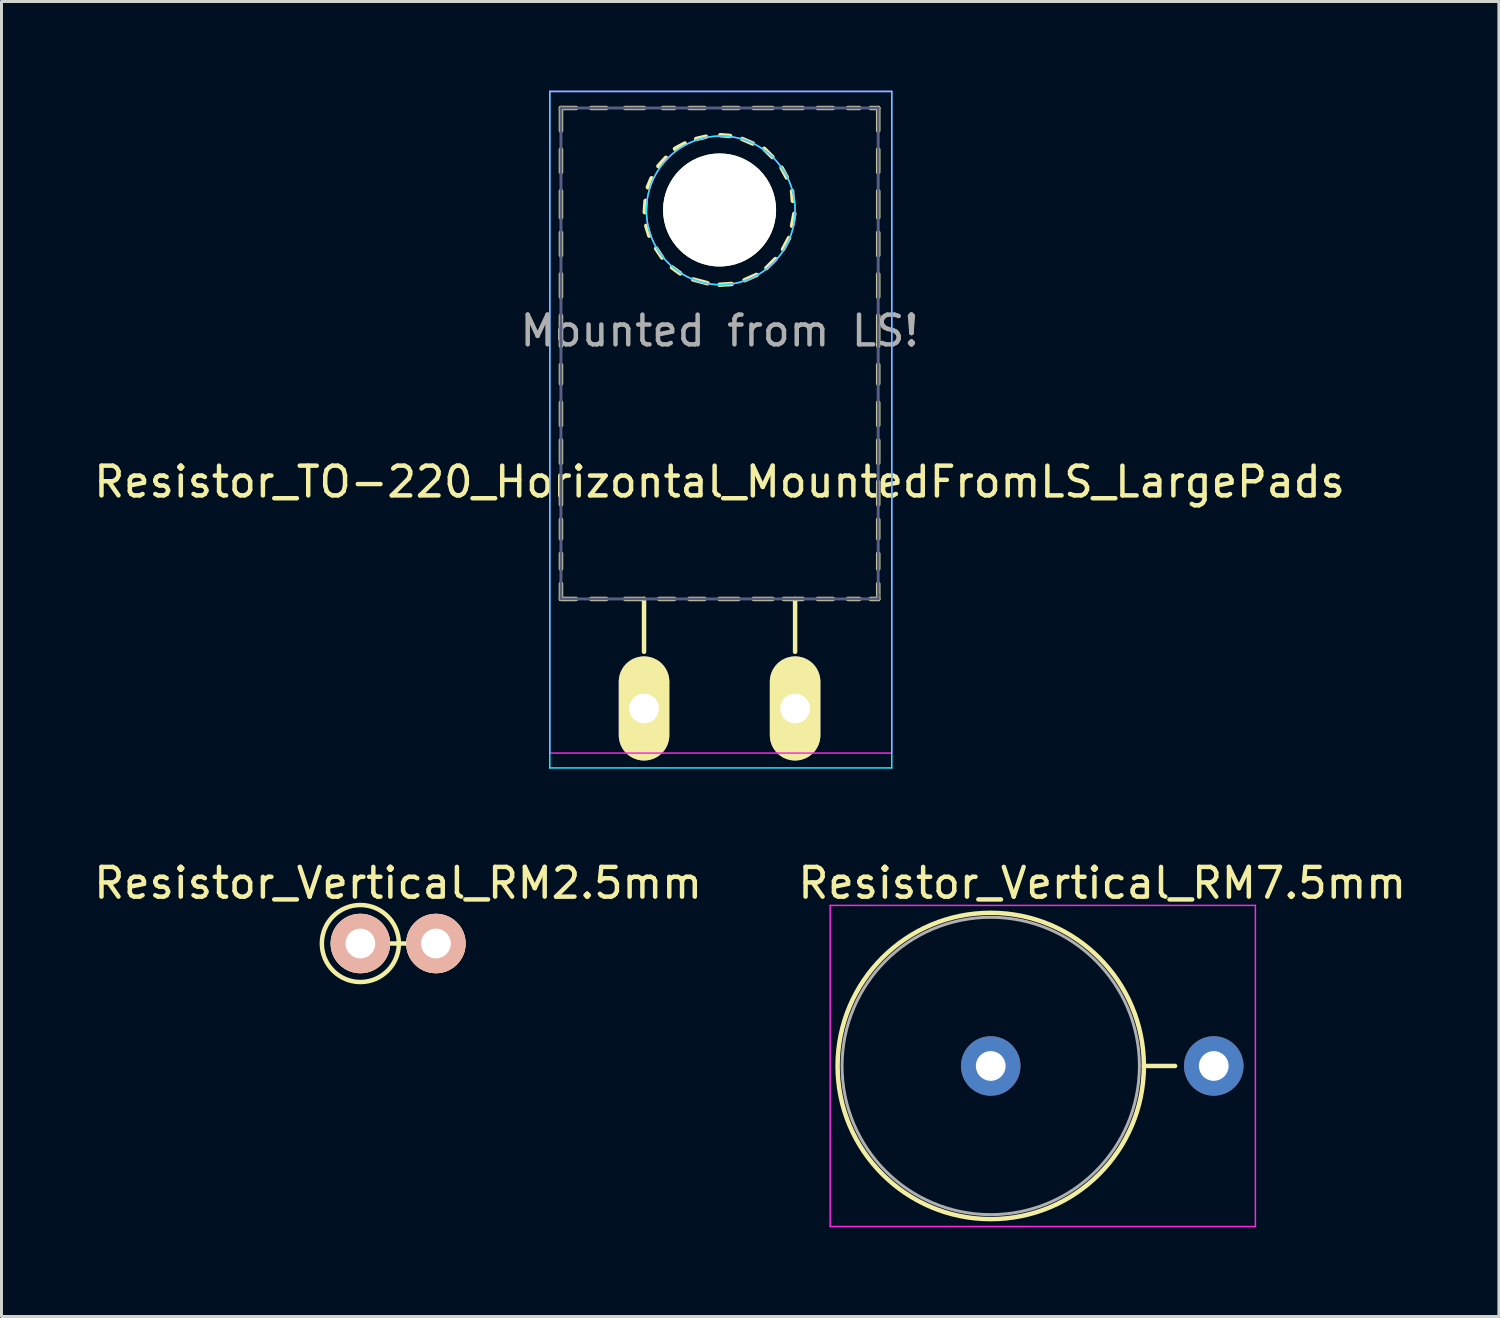
<source format=kicad_pcb>
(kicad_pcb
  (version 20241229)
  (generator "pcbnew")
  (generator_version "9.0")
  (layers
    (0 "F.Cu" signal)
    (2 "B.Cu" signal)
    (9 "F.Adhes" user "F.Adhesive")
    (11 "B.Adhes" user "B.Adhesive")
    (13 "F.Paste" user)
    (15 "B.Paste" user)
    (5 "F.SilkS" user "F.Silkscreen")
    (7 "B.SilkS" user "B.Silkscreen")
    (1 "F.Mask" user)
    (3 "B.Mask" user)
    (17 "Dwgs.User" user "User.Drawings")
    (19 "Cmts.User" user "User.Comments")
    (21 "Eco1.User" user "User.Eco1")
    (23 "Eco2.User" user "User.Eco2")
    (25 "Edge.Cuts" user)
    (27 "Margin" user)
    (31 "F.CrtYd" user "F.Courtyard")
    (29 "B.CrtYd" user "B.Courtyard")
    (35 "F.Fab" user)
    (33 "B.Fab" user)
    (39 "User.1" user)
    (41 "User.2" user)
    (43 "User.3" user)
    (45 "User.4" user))
  (footprint "Resistor_TO-220_Horizontal_MountedFromLS_LargePads"
    (layer "F.Cu")
    (at 23.689 20.775)
    (property "Reference" "Resistor_TO-220_Horizontal_MountedFromLS_LargePads" (at -2.54 -7.62 0) (layer "F.SilkS") (effects (font (size 1 1) (thickness 0.15))))
    (attr through_hole)
    (fp_line (start -7.874 -20.193) (end -7.874 -19.431) (stroke (width 0.15) (type solid)) (layer "F.SilkS"))
    (fp_line (start -7.874 -20.193) (end -7.366 -20.193) (stroke (width 0.15) (type solid)) (layer "F.SilkS"))
    (fp_line (start -7.874 -18.796) (end -7.874 -18.034) (stroke (width 0.15) (type solid)) (layer "F.SilkS"))
    (fp_line (start -7.874 -17.399) (end -7.874 -16.51) (stroke (width 0.15) (type solid)) (layer "F.SilkS"))
    (fp_line (start -7.874 -16.002) (end -7.874 -15.24) (stroke (width 0.15) (type solid)) (layer "F.SilkS"))
    (fp_line (start -7.874 -14.605) (end -7.874 -13.843) (stroke (width 0.15) (type solid)) (layer "F.SilkS"))
    (fp_line (start -7.874 -13.208) (end -7.874 -12.192) (stroke (width 0.15) (type solid)) (layer "F.SilkS"))
    (fp_line (start -7.874 -11.557) (end -7.874 -10.922) (stroke (width 0.15) (type solid)) (layer "F.SilkS"))
    (fp_line (start -7.874 -10.287) (end -7.874 -9.525) (stroke (width 0.15) (type solid)) (layer "F.SilkS"))
    (fp_line (start -7.874 -9.017) (end -7.874 -8.255) (stroke (width 0.15) (type solid)) (layer "F.SilkS"))
    (fp_line (start -7.874 -7.62) (end -7.874 -6.858) (stroke (width 0.15) (type solid)) (layer "F.SilkS"))
    (fp_line (start -7.874 -6.35) (end -7.874 -5.715) (stroke (width 0.15) (type solid)) (layer "F.SilkS"))
    (fp_line (start -7.874 -5.207) (end -7.874 -4.699) (stroke (width 0.15) (type solid)) (layer "F.SilkS"))
    (fp_line (start -7.874 -4.191) (end -7.874 -3.683) (stroke (width 0.15) (type solid)) (layer "F.SilkS"))
    (fp_line (start -7.874 -3.683) (end -7.366 -3.683) (stroke (width 0.15) (type solid)) (layer "F.SilkS"))
    (fp_line (start -6.858 -20.193) (end -6.35 -20.193) (stroke (width 0.15) (type solid)) (layer "F.SilkS"))
    (fp_line (start -6.858 -3.683) (end -6.35 -3.683) (stroke (width 0.15) (type solid)) (layer "F.SilkS"))
    (fp_line (start -5.715 -20.193) (end -5.08 -20.193) (stroke (width 0.15) (type solid)) (layer "F.SilkS"))
    (fp_line (start -5.715 -3.683) (end -5.08 -3.683) (stroke (width 0.15) (type solid)) (layer "F.SilkS"))
    (fp_line (start -5.08 -3.683) (end -5.08 -1.905) (stroke (width 0.15) (type solid)) (layer "F.SilkS"))
    (fp_line (start -5.055 -16.688) (end -5.029 -17.069) (stroke (width 0.15) (type solid)) (layer "F.SilkS"))
    (fp_line (start -4.953 -17.526) (end -4.826 -17.831) (stroke (width 0.15) (type solid)) (layer "F.SilkS"))
    (fp_line (start -4.902 -15.9) (end -5.004 -16.231) (stroke (width 0.15) (type solid)) (layer "F.SilkS"))
    (fp_line (start -4.597 -18.237) (end -4.343 -18.517) (stroke (width 0.15) (type solid)) (layer "F.SilkS"))
    (fp_line (start -4.572 -3.683) (end -4.064 -3.683) (stroke (width 0.15) (type solid)) (layer "F.SilkS"))
    (fp_line (start -4.47 -15.164) (end -4.674 -15.469) (stroke (width 0.15) (type solid)) (layer "F.SilkS"))
    (fp_line (start -4.445 -20.193) (end -4.064 -20.193) (stroke (width 0.15) (type solid)) (layer "F.SilkS"))
    (fp_line (start -4.039 -18.821) (end -3.708 -18.999) (stroke (width 0.15) (type solid)) (layer "F.SilkS"))
    (fp_line (start -3.861 -14.63) (end -4.14 -14.834) (stroke (width 0.15) (type solid)) (layer "F.SilkS"))
    (fp_line (start -3.556 -20.193) (end -3.048 -20.193) (stroke (width 0.15) (type solid)) (layer "F.SilkS"))
    (fp_line (start -3.556 -3.683) (end -3.048 -3.683) (stroke (width 0.15) (type solid)) (layer "F.SilkS"))
    (fp_line (start -3.327 -19.152) (end -2.997 -19.228) (stroke (width 0.15) (type solid)) (layer "F.SilkS"))
    (fp_line (start -2.946 -14.3) (end -3.429 -14.427) (stroke (width 0.15) (type solid)) (layer "F.SilkS"))
    (fp_line (start -2.54 -3.683) (end -1.905 -3.683) (stroke (width 0.15) (type solid)) (layer "F.SilkS"))
    (fp_line (start -2.515 -19.279) (end -2.184 -19.253) (stroke (width 0.15) (type solid)) (layer "F.SilkS"))
    (fp_line (start -2.413 -20.193) (end -1.905 -20.193) (stroke (width 0.15) (type solid)) (layer "F.SilkS"))
    (fp_line (start -2.134 -14.275) (end -2.54 -14.249) (stroke (width 0.15) (type solid)) (layer "F.SilkS"))
    (fp_line (start -1.778 -19.152) (end -1.422 -18.999) (stroke (width 0.15) (type solid)) (layer "F.SilkS"))
    (fp_line (start -1.397 -20.193) (end -0.762 -20.193) (stroke (width 0.15) (type solid)) (layer "F.SilkS"))
    (fp_line (start -1.397 -3.683) (end -0.762 -3.683) (stroke (width 0.15) (type solid)) (layer "F.SilkS"))
    (fp_line (start -1.295 -14.58) (end -1.702 -14.402) (stroke (width 0.15) (type solid)) (layer "F.SilkS"))
    (fp_line (start -1.041 -18.821) (end -0.762 -18.542) (stroke (width 0.15) (type solid)) (layer "F.SilkS"))
    (fp_line (start -0.66 -15.113) (end -0.965 -14.808) (stroke (width 0.15) (type solid)) (layer "F.SilkS"))
    (fp_line (start -0.457 -18.186) (end -0.279 -17.856) (stroke (width 0.15) (type solid)) (layer "F.SilkS"))
    (fp_line (start -0.381 -20.193) (end 0.254 -20.193) (stroke (width 0.15) (type solid)) (layer "F.SilkS"))
    (fp_line (start -0.381 -3.683) (end 0.254 -3.683) (stroke (width 0.15) (type solid)) (layer "F.SilkS"))
    (fp_line (start -0.203 -15.824) (end -0.406 -15.443) (stroke (width 0.15) (type solid)) (layer "F.SilkS"))
    (fp_line (start -0.102 -17.399) (end -0.076 -17.069) (stroke (width 0.15) (type solid)) (layer "F.SilkS"))
    (fp_line (start -0.025 -16.637) (end -0.102 -16.231) (stroke (width 0.15) (type solid)) (layer "F.SilkS"))
    (fp_line (start 0 -3.683) (end 0 -1.905) (stroke (width 0.15) (type solid)) (layer "F.SilkS"))
    (fp_line (start 0.762 -20.193) (end 1.27 -20.193) (stroke (width 0.15) (type solid)) (layer "F.SilkS"))
    (fp_line (start 0.762 -3.683) (end 1.27 -3.683) (stroke (width 0.15) (type solid)) (layer "F.SilkS"))
    (fp_line (start 1.778 -20.193) (end 2.159 -20.193) (stroke (width 0.15) (type solid)) (layer "F.SilkS"))
    (fp_line (start 1.778 -3.683) (end 2.159 -3.683) (stroke (width 0.15) (type solid)) (layer "F.SilkS"))
    (fp_line (start 2.54 -20.193) (end 2.794 -20.193) (stroke (width 0.15) (type solid)) (layer "F.SilkS"))
    (fp_line (start 2.54 -3.683) (end 2.794 -3.683) (stroke (width 0.15) (type solid)) (layer "F.SilkS"))
    (fp_line (start 2.794 -20.193) (end 2.794 -19.431) (stroke (width 0.15) (type solid)) (layer "F.SilkS"))
    (fp_line (start 2.794 -18.796) (end 2.794 -18.034) (stroke (width 0.15) (type solid)) (layer "F.SilkS"))
    (fp_line (start 2.794 -17.399) (end 2.794 -16.51) (stroke (width 0.15) (type solid)) (layer "F.SilkS"))
    (fp_line (start 2.794 -16.002) (end 2.794 -15.24) (stroke (width 0.15) (type solid)) (layer "F.SilkS"))
    (fp_line (start 2.794 -14.605) (end 2.794 -13.843) (stroke (width 0.15) (type solid)) (layer "F.SilkS"))
    (fp_line (start 2.794 -13.208) (end 2.794 -12.192) (stroke (width 0.15) (type solid)) (layer "F.SilkS"))
    (fp_line (start 2.794 -11.557) (end 2.794 -10.922) (stroke (width 0.15) (type solid)) (layer "F.SilkS"))
    (fp_line (start 2.794 -10.287) (end 2.794 -9.525) (stroke (width 0.15) (type solid)) (layer "F.SilkS"))
    (fp_line (start 2.794 -9.017) (end 2.794 -8.255) (stroke (width 0.15) (type solid)) (layer "F.SilkS"))
    (fp_line (start 2.794 -7.62) (end 2.794 -6.858) (stroke (width 0.15) (type solid)) (layer "F.SilkS"))
    (fp_line (start 2.794 -6.35) (end 2.794 -5.715) (stroke (width 0.15) (type solid)) (layer "F.SilkS"))
    (fp_line (start 2.794 -5.207) (end 2.794 -4.699) (stroke (width 0.15) (type solid)) (layer "F.SilkS"))
    (fp_line (start 2.794 -4.191) (end 2.794 -3.683) (stroke (width 0.15) (type solid)) (layer "F.SilkS"))
    (fp_line (start -8.25 -20.75) (end 3.25 -20.75) (stroke (width 0.05) (type solid)) (layer "B.CrtYd"))
    (fp_line (start -8.25 2) (end -8.25 -20.75) (stroke (width 0.05) (type solid)) (layer "B.CrtYd"))
    (fp_line (start 3.25 -20.75) (end 3.25 2) (stroke (width 0.05) (type solid)) (layer "B.CrtYd"))
    (fp_line (start 3.25 2) (end -8.25 2) (stroke (width 0.05) (type solid)) (layer "B.CrtYd"))
    (fp_circle (center -2.5 -16.75) (end -1 -14.75) (stroke (width 0.05) (type solid)) (fill no) (layer "B.CrtYd"))
    (fp_line (start -8.25 -20.75) (end 3.25 -20.75) (stroke (width 0.05) (type solid)) (layer "F.CrtYd"))
    (fp_line (start -8.25 1.5) (end -8.25 -20.75) (stroke (width 0.05) (type solid)) (layer "F.CrtYd"))
    (fp_line (start 3.25 -20.75) (end 3.25 1.5) (stroke (width 0.05) (type solid)) (layer "F.CrtYd"))
    (fp_line (start 3.25 1.5) (end -8.25 1.5) (stroke (width 0.05) (type solid)) (layer "F.CrtYd"))
    (fp_circle (center -2.5 -16.75) (end -1 -14.75) (stroke (width 0.05) (type solid)) (fill no) (layer "F.CrtYd"))
    (fp_line (start -7.874 -20.193) (end 2.794 -20.193) (stroke (width 0.1) (type solid)) (layer "B.Fab"))
    (fp_line (start -7.874 -3.683) (end -7.874 -20.193) (stroke (width 0.1) (type solid)) (layer "B.Fab"))
    (fp_line (start 2.794 -20.193) (end 2.794 -3.81) (stroke (width 0.1) (type solid)) (layer "B.Fab"))
    (fp_line (start 2.794 -3.81) (end 2.794 -3.683) (stroke (width 0.1) (type solid)) (layer "B.Fab"))
    (fp_line (start 2.794 -3.683) (end -7.874 -3.683) (stroke (width 0.1) (type solid)) (layer "B.Fab"))
    (fp_text user "Mounted from LS!" (at -2.54 -12.7 0) (layer "F.Fab") (effects (font (size 1 1) (thickness 0.15))))
    (pad "" np_thru_hole circle (at -2.54 -16.764 90) (size 3.8 3.8) (drill 3.8) (layers "*.Cu" "*.Mask" "F.SilkS"))
    (pad "1" thru_hole oval (at 0 0 90) (size 3.5 1.699) (drill 1.001) (layers "*.Cu" "*.Mask" "F.SilkS"))
    (pad "3" thru_hole oval (at -5.08 0 90) (size 3.5 1.699) (drill 1.001) (layers "*.Cu" "*.Mask" "F.SilkS")))
  (footprint "Resistor_Vertical_RM7.5mm"
    (layer "F.Cu")
    (at 30.268 32.798)
    (property "Reference" "Resistor_Vertical_RM7.5mm" (at 3.75 -6.15 0) (layer "F.SilkS") (effects (font (size 1 1) (thickness 0.15))))
    (attr through_hole)
    (fp_line (start 5.15 0) (end 6.2 0) (stroke (width 0.15) (type solid)) (layer "F.SilkS"))
    (fp_circle (center 0 0) (end 5.15 0) (stroke (width 0.15) (type solid)) (fill no) (layer "F.SilkS"))
    (fp_line (start -5.4 -5.4) (end -5.4 5.4) (stroke (width 0.05) (type solid)) (layer "F.CrtYd"))
    (fp_line (start -5.4 5.4) (end 8.9 5.4) (stroke (width 0.05) (type solid)) (layer "F.CrtYd"))
    (fp_line (start 8.9 -5.4) (end -5.4 -5.4) (stroke (width 0.05) (type solid)) (layer "F.CrtYd"))
    (fp_line (start 8.9 5.4) (end 8.9 -5.4) (stroke (width 0.05) (type solid)) (layer "F.CrtYd"))
    (fp_circle (center 0 0) (end 5 0) (stroke (width 0.1) (type solid)) (fill no) (layer "F.Fab"))
    (pad "1" thru_hole oval (at 0 0) (size 2 2) (drill 1) (layers "*.Cu" "*.Mask"))
    (pad "2" thru_hole oval (at 7.5 0) (size 2 2) (drill 1) (layers "*.Cu" "*.Mask")))
  (footprint "Resistor_Vertical_RM2.5mm"
    (layer "F.Cu")
    (at 10.339 28.68)
    (property "Reference" "Resistor_Vertical_RM2.5mm" (at 0 -2.032 0) (layer "F.SilkS") (effects (font (size 1 1) (thickness 0.15))))
    (attr through_hole)
    (fp_line (start 1.27 0) (end -1.27 0) (stroke (width 0.15) (type solid)) (layer "F.SilkS"))
    (fp_circle (center -1.27 0) (end -1.016 1.27) (stroke (width 0.15) (type solid)) (fill no) (layer "F.SilkS"))
    (pad "1" thru_hole circle (at -1.27 0) (size 1.999 1.999) (drill 1.001) (layers "*.Cu" "*.SilkS" "*.Mask"))
    (pad "2" thru_hole circle (at 1.27 0) (size 1.999 1.999) (drill 1.001) (layers "*.Cu" "*.SilkS" "*.Mask")))
  (gr_rect
    (start -3 -3)
    (end 47.357 41.223)
    (stroke (width 0.1) (type default))
    (fill no)
    (layer "Edge.Cuts")))
</source>
